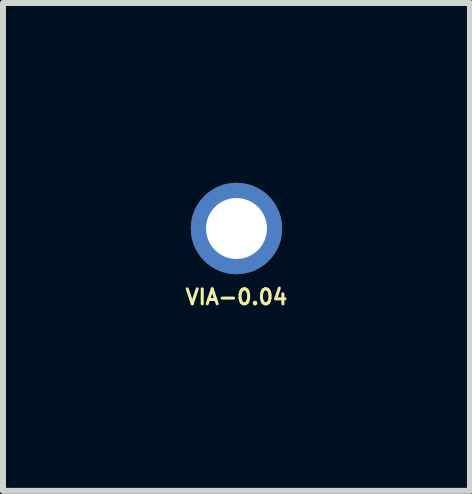
<source format=kicad_pcb>
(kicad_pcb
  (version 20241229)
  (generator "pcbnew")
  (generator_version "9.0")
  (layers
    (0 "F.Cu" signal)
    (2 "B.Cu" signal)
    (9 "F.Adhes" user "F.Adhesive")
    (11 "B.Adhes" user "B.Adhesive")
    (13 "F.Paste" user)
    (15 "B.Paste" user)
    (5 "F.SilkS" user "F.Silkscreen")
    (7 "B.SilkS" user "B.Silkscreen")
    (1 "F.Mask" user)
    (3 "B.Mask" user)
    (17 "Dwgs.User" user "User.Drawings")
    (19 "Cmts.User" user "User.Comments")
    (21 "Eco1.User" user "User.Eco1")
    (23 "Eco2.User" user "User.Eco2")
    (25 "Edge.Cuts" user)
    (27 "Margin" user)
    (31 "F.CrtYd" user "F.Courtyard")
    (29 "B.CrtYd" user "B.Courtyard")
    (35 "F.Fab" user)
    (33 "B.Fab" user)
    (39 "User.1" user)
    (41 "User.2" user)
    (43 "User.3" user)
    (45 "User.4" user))
  (footprint "VIA-0.04"
    (layer "F.Cu")
    (at 0.895 0.762)
    (property "Reference" "VIA-0.04" (at 0 1.143 0) (layer "F.SilkS") (effects (font (size 0.25 0.25) (thickness 0.05))))
    (attr through_hole)
    (pad "1" thru_hole circle (at 0 0) (size 1.524 1.524) (drill 1.016) (layers "*.Cu")))
  (gr_rect
    (start -3 -3)
    (end 4.79 5.139)
    (stroke (width 0.1) (type default))
    (fill no)
    (layer "Edge.Cuts")))
</source>
